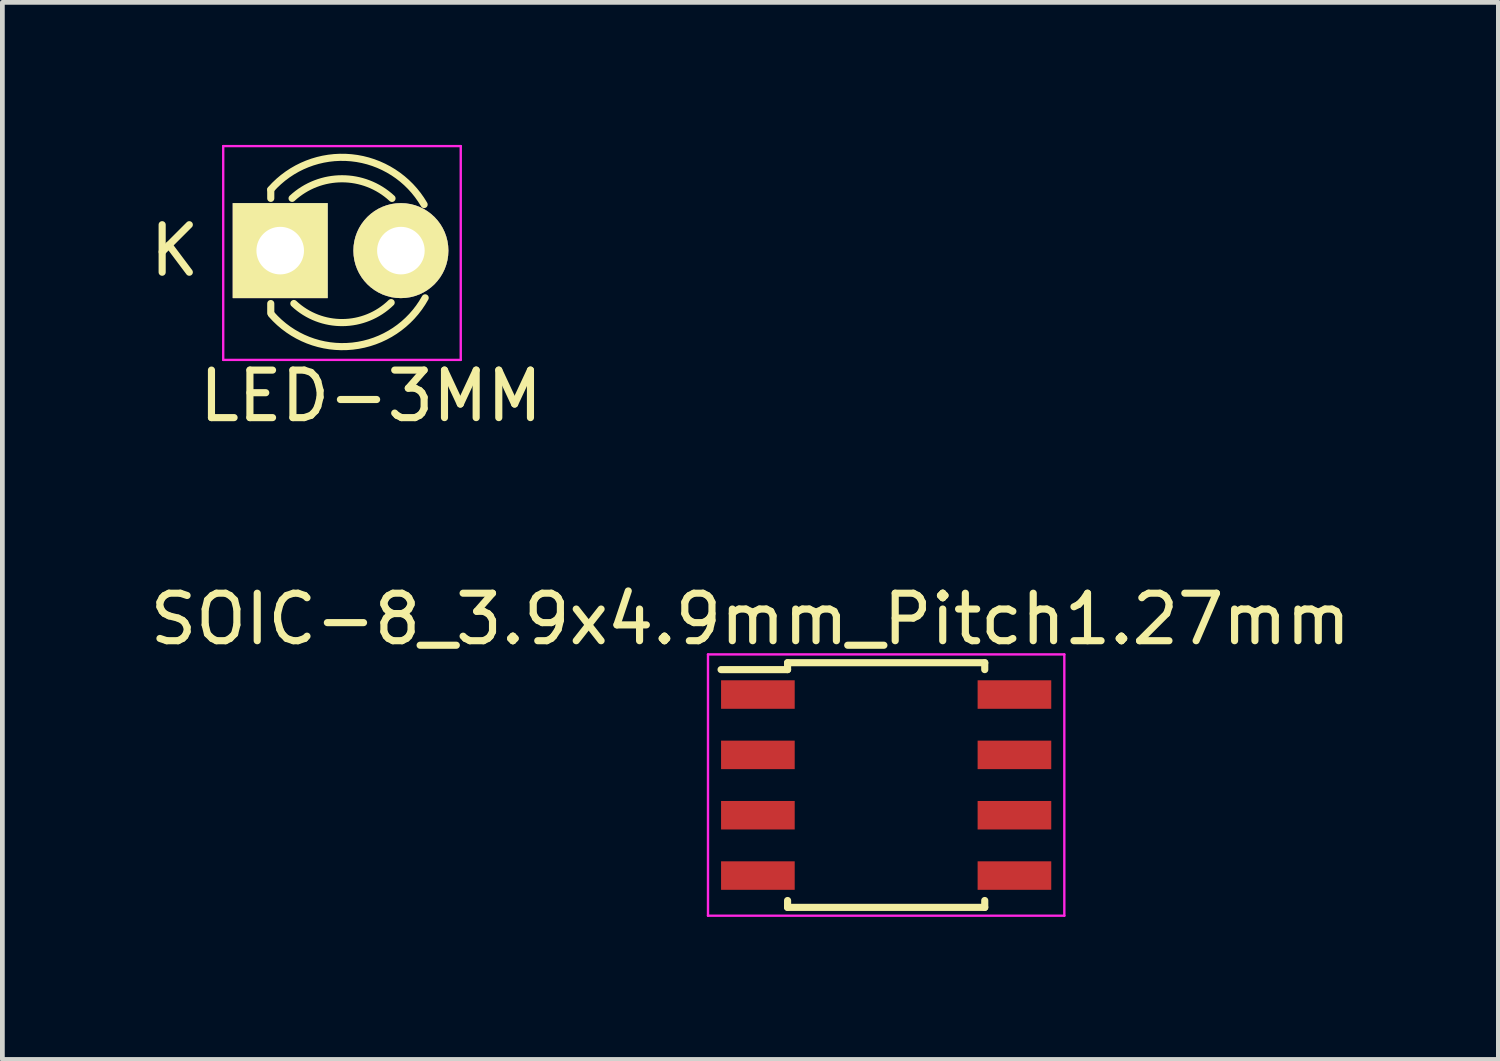
<source format=kicad_pcb>
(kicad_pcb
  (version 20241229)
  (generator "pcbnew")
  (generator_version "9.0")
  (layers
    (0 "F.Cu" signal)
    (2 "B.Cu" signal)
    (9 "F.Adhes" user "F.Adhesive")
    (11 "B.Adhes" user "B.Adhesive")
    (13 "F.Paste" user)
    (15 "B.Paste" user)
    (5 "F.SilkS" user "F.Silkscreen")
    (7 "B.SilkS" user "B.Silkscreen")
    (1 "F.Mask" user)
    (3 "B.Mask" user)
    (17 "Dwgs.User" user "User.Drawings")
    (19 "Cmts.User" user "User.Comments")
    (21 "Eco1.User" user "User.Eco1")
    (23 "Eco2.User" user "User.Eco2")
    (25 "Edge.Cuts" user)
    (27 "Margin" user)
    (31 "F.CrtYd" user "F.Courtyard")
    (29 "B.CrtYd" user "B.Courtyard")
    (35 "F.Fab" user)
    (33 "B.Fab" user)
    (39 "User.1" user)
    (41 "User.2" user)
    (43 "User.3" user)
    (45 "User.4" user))
  (footprint "SOIC-8_3.9x4.9mm_Pitch1.27mm"
    (layer "F.Cu")
    (at 15.602 13.474)
    (property "Reference" "SOIC-8_3.9x4.9mm_Pitch1.27mm" (at -2.857 -3.493 0) (layer "F.SilkS") (effects (font (size 1 1) (thickness 0.15))))
    (attr smd)
    (fp_line (start -2.075 -2.575) (end -2.075 -2.43) (stroke (width 0.15) (type solid)) (layer "F.SilkS"))
    (fp_line (start -2.075 -2.575) (end 2.075 -2.575) (stroke (width 0.15) (type solid)) (layer "F.SilkS"))
    (fp_line (start -2.075 -2.43) (end -3.475 -2.43) (stroke (width 0.15) (type solid)) (layer "F.SilkS"))
    (fp_line (start -2.075 2.575) (end -2.075 2.43) (stroke (width 0.15) (type solid)) (layer "F.SilkS"))
    (fp_line (start -2.075 2.575) (end 2.075 2.575) (stroke (width 0.15) (type solid)) (layer "F.SilkS"))
    (fp_line (start 2.075 -2.575) (end 2.075 -2.43) (stroke (width 0.15) (type solid)) (layer "F.SilkS"))
    (fp_line (start 2.075 2.575) (end 2.075 2.43) (stroke (width 0.15) (type solid)) (layer "F.SilkS"))
    (fp_line (start -3.75 -2.75) (end -3.75 2.75) (stroke (width 0.05) (type solid)) (layer "F.CrtYd"))
    (fp_line (start -3.75 -2.75) (end 3.75 -2.75) (stroke (width 0.05) (type solid)) (layer "F.CrtYd"))
    (fp_line (start -3.75 2.75) (end 3.75 2.75) (stroke (width 0.05) (type solid)) (layer "F.CrtYd"))
    (fp_line (start 3.75 -2.75) (end 3.75 2.75) (stroke (width 0.05) (type solid)) (layer "F.CrtYd"))
    (pad "1" smd rect (at -2.7 -1.905) (size 1.55 0.6) (layers "F.Cu" "F.Mask" "F.Paste"))
    (pad "2" smd rect (at -2.7 -0.635) (size 1.55 0.6) (layers "F.Cu" "F.Mask" "F.Paste"))
    (pad "3" smd rect (at -2.7 0.635) (size 1.55 0.6) (layers "F.Cu" "F.Mask" "F.Paste"))
    (pad "4" smd rect (at -2.7 1.905) (size 1.55 0.6) (layers "F.Cu" "F.Mask" "F.Paste"))
    (pad "5" smd rect (at 2.7 1.905) (size 1.55 0.6) (layers "F.Cu" "F.Mask" "F.Paste"))
    (pad "6" smd rect (at 2.7 0.635) (size 1.55 0.6) (layers "F.Cu" "F.Mask" "F.Paste"))
    (pad "7" smd rect (at 2.7 -0.635) (size 1.55 0.6) (layers "F.Cu" "F.Mask" "F.Paste"))
    (pad "8" smd rect (at 2.7 -1.905) (size 1.55 0.6) (layers "F.Cu" "F.Mask" "F.Paste")))
  (footprint "LED-3MM"
    (layer "F.Cu")
    (at 2.848 2.225)
    (property "Reference" "LED-3MM" (at 1.91 3.06 0) (layer "F.SilkS") (effects (font (size 1 1) (thickness 0.15))))
    (attr through_hole)
    (fp_line (start -0.199 -1.28) (end -0.199 -1.1) (stroke (width 0.15) (type solid)) (layer "F.SilkS"))
    (fp_line (start -0.199 1.314) (end -0.199 1.114) (stroke (width 0.15) (type solid)) (layer "F.SilkS"))
    (fp_arc (start -0.199 -1.286) (mid 1.495903 -1.954571) (end 3.028744 -0.969643) (stroke (width 0.15) (type solid)) (layer "F.SilkS"))
    (fp_arc (start 0.25 -1.1) (mid 1.301686 -1.512142) (end 2.353005 -1.099067) (stroke (width 0.15) (type solid)) (layer "F.SilkS"))
    (fp_arc (start 2.335 1.094) (mid 1.31492 1.51473) (end 0.287111 1.113252) (stroke (width 0.15) (type solid)) (layer "F.SilkS"))
    (fp_arc (start 3.051 0.994) (mid 1.522637 2.009958) (end -0.18622 1.340726) (stroke (width 0.15) (type solid)) (layer "F.SilkS"))
    (fp_line (start -1.2 -2.2) (end -1.2 2.3) (stroke (width 0.05) (type solid)) (layer "F.CrtYd"))
    (fp_line (start -1.2 2.3) (end 3.8 2.3) (stroke (width 0.05) (type solid)) (layer "F.CrtYd"))
    (fp_line (start 3.8 -2.2) (end -1.2 -2.2) (stroke (width 0.05) (type solid)) (layer "F.CrtYd"))
    (fp_line (start 3.8 2.3) (end 3.8 -2.2) (stroke (width 0.05) (type solid)) (layer "F.CrtYd"))
    (fp_text user "K" (at -2.223 0 0) (layer "F.SilkS") (effects (font (size 1 1) (thickness 0.15))))
    (pad "1" thru_hole rect (at 0 0 90) (size 2 2) (drill 1.001) (layers "*.Cu" "*.Mask" "F.SilkS"))
    (pad "2" thru_hole circle (at 2.54 0) (size 2 2) (drill 1.001) (layers "*.Cu" "*.Mask" "F.SilkS")))
  (gr_rect
    (start -3 -3)
    (end 28.488 19.249)
    (stroke (width 0.1) (type default))
    (fill no)
    (layer "Edge.Cuts")))
</source>
